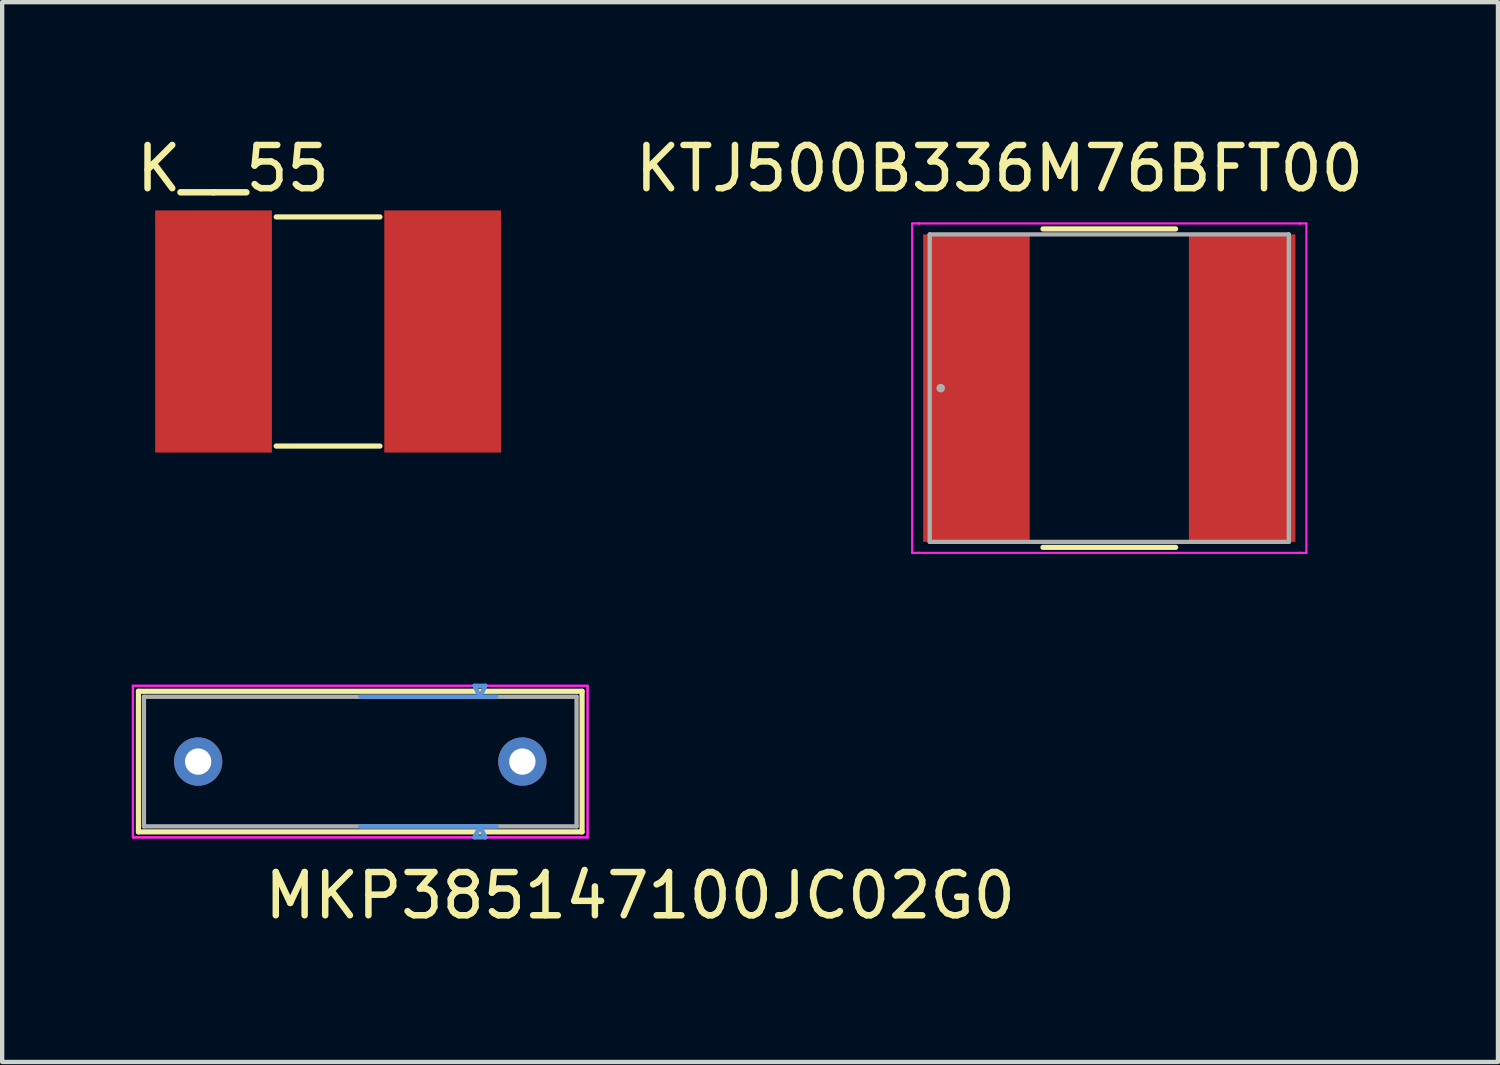
<source format=kicad_pcb>
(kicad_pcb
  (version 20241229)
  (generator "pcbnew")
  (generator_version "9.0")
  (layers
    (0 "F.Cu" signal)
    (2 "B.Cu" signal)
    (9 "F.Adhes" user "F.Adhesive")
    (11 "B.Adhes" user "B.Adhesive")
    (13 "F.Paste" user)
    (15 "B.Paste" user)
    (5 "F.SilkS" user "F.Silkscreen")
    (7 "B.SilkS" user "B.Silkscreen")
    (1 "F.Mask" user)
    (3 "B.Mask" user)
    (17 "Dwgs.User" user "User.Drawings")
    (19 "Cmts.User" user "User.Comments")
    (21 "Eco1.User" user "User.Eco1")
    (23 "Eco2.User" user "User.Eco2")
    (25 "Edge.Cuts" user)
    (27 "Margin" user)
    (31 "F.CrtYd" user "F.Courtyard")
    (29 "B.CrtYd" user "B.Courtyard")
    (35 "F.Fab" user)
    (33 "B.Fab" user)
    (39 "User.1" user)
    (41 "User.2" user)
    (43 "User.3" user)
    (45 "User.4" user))
  (footprint "K__55"
    (layer "F.Cu")
    (at 4.539 4.618)
    (property "Reference" "K__55" (at -2.2 -3.77 0) (layer "F.SilkS") (effects (font (size 1 1) (thickness 0.15))))
    (attr through_hole)
    (fp_line (start -1.2 -2.65) (end 1.2 -2.65) (stroke (width 0.12) (type solid)) (layer "F.SilkS"))
    (fp_line (start -1.2 2.65) (end 1.2 2.65) (stroke (width 0.12) (type solid)) (layer "F.SilkS"))
    (pad "1" smd rect (at -2.65 0) (size 2.7 5.6) (layers "F.Cu" "F.Mask" "F.Paste"))
    (pad "2" smd rect (at 2.65 0) (size 2.7 5.6) (layers "F.Cu" "F.Mask" "F.Paste")))
  (footprint "MKP385147100JC02G0"
    (layer "F.Cu")
    (at 1.533 14.566)
    (property "Reference" "MKP385147100JC02G0" (at 10.225 3.1 0) (layer "F.SilkS") (effects (font (size 1 1) (thickness 0.15))))
    (attr through_hole)
    (fp_line (start -1.381 -1.626) (end -1.381 1.626) (stroke (width 0.12) (type solid)) (layer "F.SilkS"))
    (fp_line (start 8.881 -1.626) (end -1.381 -1.626) (stroke (width 0.12) (type solid)) (layer "F.SilkS"))
    (fp_line (start 8.881 -1.626) (end 8.881 1.626) (stroke (width 0.12) (type solid)) (layer "F.SilkS"))
    (fp_line (start 8.881 1.626) (end -1.381 1.626) (stroke (width 0.12) (type solid)) (layer "F.SilkS"))
    (fp_line (start 3.75 -1.499) (end 6.9 -1.499) (stroke (width 0.1) (type solid)) (layer "Cmts.User"))
    (fp_line (start 3.75 1.499) (end 6.9 1.499) (stroke (width 0.1) (type solid)) (layer "Cmts.User"))
    (fp_line (start 6.392 -1.753) (end 6.646 -1.753) (stroke (width 0.1) (type solid)) (layer "Cmts.User"))
    (fp_line (start 6.392 1.753) (end 6.646 1.753) (stroke (width 0.1) (type solid)) (layer "Cmts.User"))
    (fp_line (start 6.519 -1.499) (end 6.392 -1.753) (stroke (width 0.1) (type solid)) (layer "Cmts.User"))
    (fp_line (start 6.519 -1.499) (end 6.646 -1.753) (stroke (width 0.1) (type solid)) (layer "Cmts.User"))
    (fp_line (start 6.519 1.499) (end 6.392 1.753) (stroke (width 0.1) (type solid)) (layer "Cmts.User"))
    (fp_line (start 6.519 1.499) (end 6.646 1.753) (stroke (width 0.1) (type solid)) (layer "Cmts.User"))
    (fp_line (start -1.508 -1.753) (end 9.008 -1.753) (stroke (width 0.05) (type solid)) (layer "F.CrtYd"))
    (fp_line (start -1.508 -1.753) (end 9.008 -1.753) (stroke (width 0.05) (type solid)) (layer "F.CrtYd"))
    (fp_line (start -1.508 1.753) (end -1.508 -1.753) (stroke (width 0.05) (type solid)) (layer "F.CrtYd"))
    (fp_line (start -1.508 1.753) (end -1.508 -1.753) (stroke (width 0.05) (type solid)) (layer "F.CrtYd"))
    (fp_line (start 9.008 -1.753) (end 9.008 1.753) (stroke (width 0.05) (type solid)) (layer "F.CrtYd"))
    (fp_line (start 9.008 -1.753) (end 9.008 1.753) (stroke (width 0.05) (type solid)) (layer "F.CrtYd"))
    (fp_line (start 9.008 1.753) (end -1.508 1.753) (stroke (width 0.05) (type solid)) (layer "F.CrtYd"))
    (fp_line (start 9.008 1.753) (end -1.508 1.753) (stroke (width 0.05) (type solid)) (layer "F.CrtYd"))
    (fp_line (start -1.254 -1.499) (end -1.254 1.499) (stroke (width 0.1) (type solid)) (layer "F.Fab"))
    (fp_line (start 8.754 -1.499) (end -1.254 -1.499) (stroke (width 0.1) (type solid)) (layer "F.Fab"))
    (fp_line (start 8.754 -1.499) (end 8.754 1.499) (stroke (width 0.1) (type solid)) (layer "F.Fab"))
    (fp_line (start 8.754 1.499) (end -1.254 1.499) (stroke (width 0.1) (type solid)) (layer "F.Fab"))
    (pad "1" thru_hole circle (at 0 0) (size 1.118 1.118) (drill 0.61) (layers "*.Cu" "*.Mask"))
    (pad "2" thru_hole circle (at 7.5 0) (size 1.118 1.118) (drill 0.61) (layers "*.Cu" "*.Mask")))
  (footprint "KTJ500B336M76BFT00"
    (layer "F.Cu")
    (at 22.609 5.928)
    (property "Reference" "KTJ500B336M76BFT00" (at -2.54 -5.08 0) (layer "F.SilkS") (effects (font (size 1 1) (thickness 0.15))))
    (attr through_hole)
    (fp_line (start -1.534 3.683) (end 1.534 3.683) (stroke (width 0.12) (type solid)) (layer "F.SilkS"))
    (fp_line (start 1.534 -3.683) (end -1.534 -3.683) (stroke (width 0.12) (type solid)) (layer "F.SilkS"))
    (fp_line (start -4.559 -3.81) (end -4.407 -3.81) (stroke (width 0.05) (type solid)) (layer "F.CrtYd"))
    (fp_line (start -4.559 3.81) (end -4.559 -3.81) (stroke (width 0.05) (type solid)) (layer "F.CrtYd"))
    (fp_line (start -4.407 -3.81) (end -4.407 -3.81) (stroke (width 0.05) (type solid)) (layer "F.CrtYd"))
    (fp_line (start -4.407 -3.81) (end -4.407 -3.81) (stroke (width 0.05) (type solid)) (layer "F.CrtYd"))
    (fp_line (start -4.407 -3.81) (end 4.407 -3.81) (stroke (width 0.05) (type solid)) (layer "F.CrtYd"))
    (fp_line (start -4.407 3.81) (end -4.559 3.81) (stroke (width 0.05) (type solid)) (layer "F.CrtYd"))
    (fp_line (start -4.407 3.81) (end -4.407 3.81) (stroke (width 0.05) (type solid)) (layer "F.CrtYd"))
    (fp_line (start -4.407 3.81) (end -4.407 3.81) (stroke (width 0.05) (type solid)) (layer "F.CrtYd"))
    (fp_line (start 4.407 -3.81) (end 4.407 -3.81) (stroke (width 0.05) (type solid)) (layer "F.CrtYd"))
    (fp_line (start 4.407 -3.81) (end 4.407 -3.81) (stroke (width 0.05) (type solid)) (layer "F.CrtYd"))
    (fp_line (start 4.407 -3.81) (end 4.559 -3.81) (stroke (width 0.05) (type solid)) (layer "F.CrtYd"))
    (fp_line (start 4.407 3.81) (end -4.407 3.81) (stroke (width 0.05) (type solid)) (layer "F.CrtYd"))
    (fp_line (start 4.407 3.81) (end 4.407 3.81) (stroke (width 0.05) (type solid)) (layer "F.CrtYd"))
    (fp_line (start 4.407 3.81) (end 4.407 3.81) (stroke (width 0.05) (type solid)) (layer "F.CrtYd"))
    (fp_line (start 4.559 -3.81) (end 4.559 3.81) (stroke (width 0.05) (type solid)) (layer "F.CrtYd"))
    (fp_line (start 4.559 3.81) (end 4.407 3.81) (stroke (width 0.05) (type solid)) (layer "F.CrtYd"))
    (fp_line (start -4.153 -3.556) (end -4.153 3.556) (stroke (width 0.1) (type solid)) (layer "F.Fab"))
    (fp_line (start -4.153 3.556) (end 4.153 3.556) (stroke (width 0.1) (type solid)) (layer "F.Fab"))
    (fp_line (start 4.153 -3.556) (end -4.153 -3.556) (stroke (width 0.1) (type solid)) (layer "F.Fab"))
    (fp_line (start 4.153 3.556) (end 4.153 -3.556) (stroke (width 0.1) (type solid)) (layer "F.Fab"))
    (fp_circle (center -3.899 0) (end -3.899 0) (stroke (width 0.1) (type solid)) (fill no) (layer "F.Fab"))
    (pad "1" smd rect (at -3.073 0 90) (size 7.112 2.464) (layers "F.Cu" "F.Mask" "F.Paste"))
    (pad "2" smd rect (at 3.073 0 90) (size 7.112 2.464) (layers "F.Cu" "F.Mask" "F.Paste")))
  (gr_rect
    (start -3 -3)
    (end 31.599 21.514)
    (stroke (width 0.1) (type default))
    (fill no)
    (layer "Edge.Cuts")))
</source>
